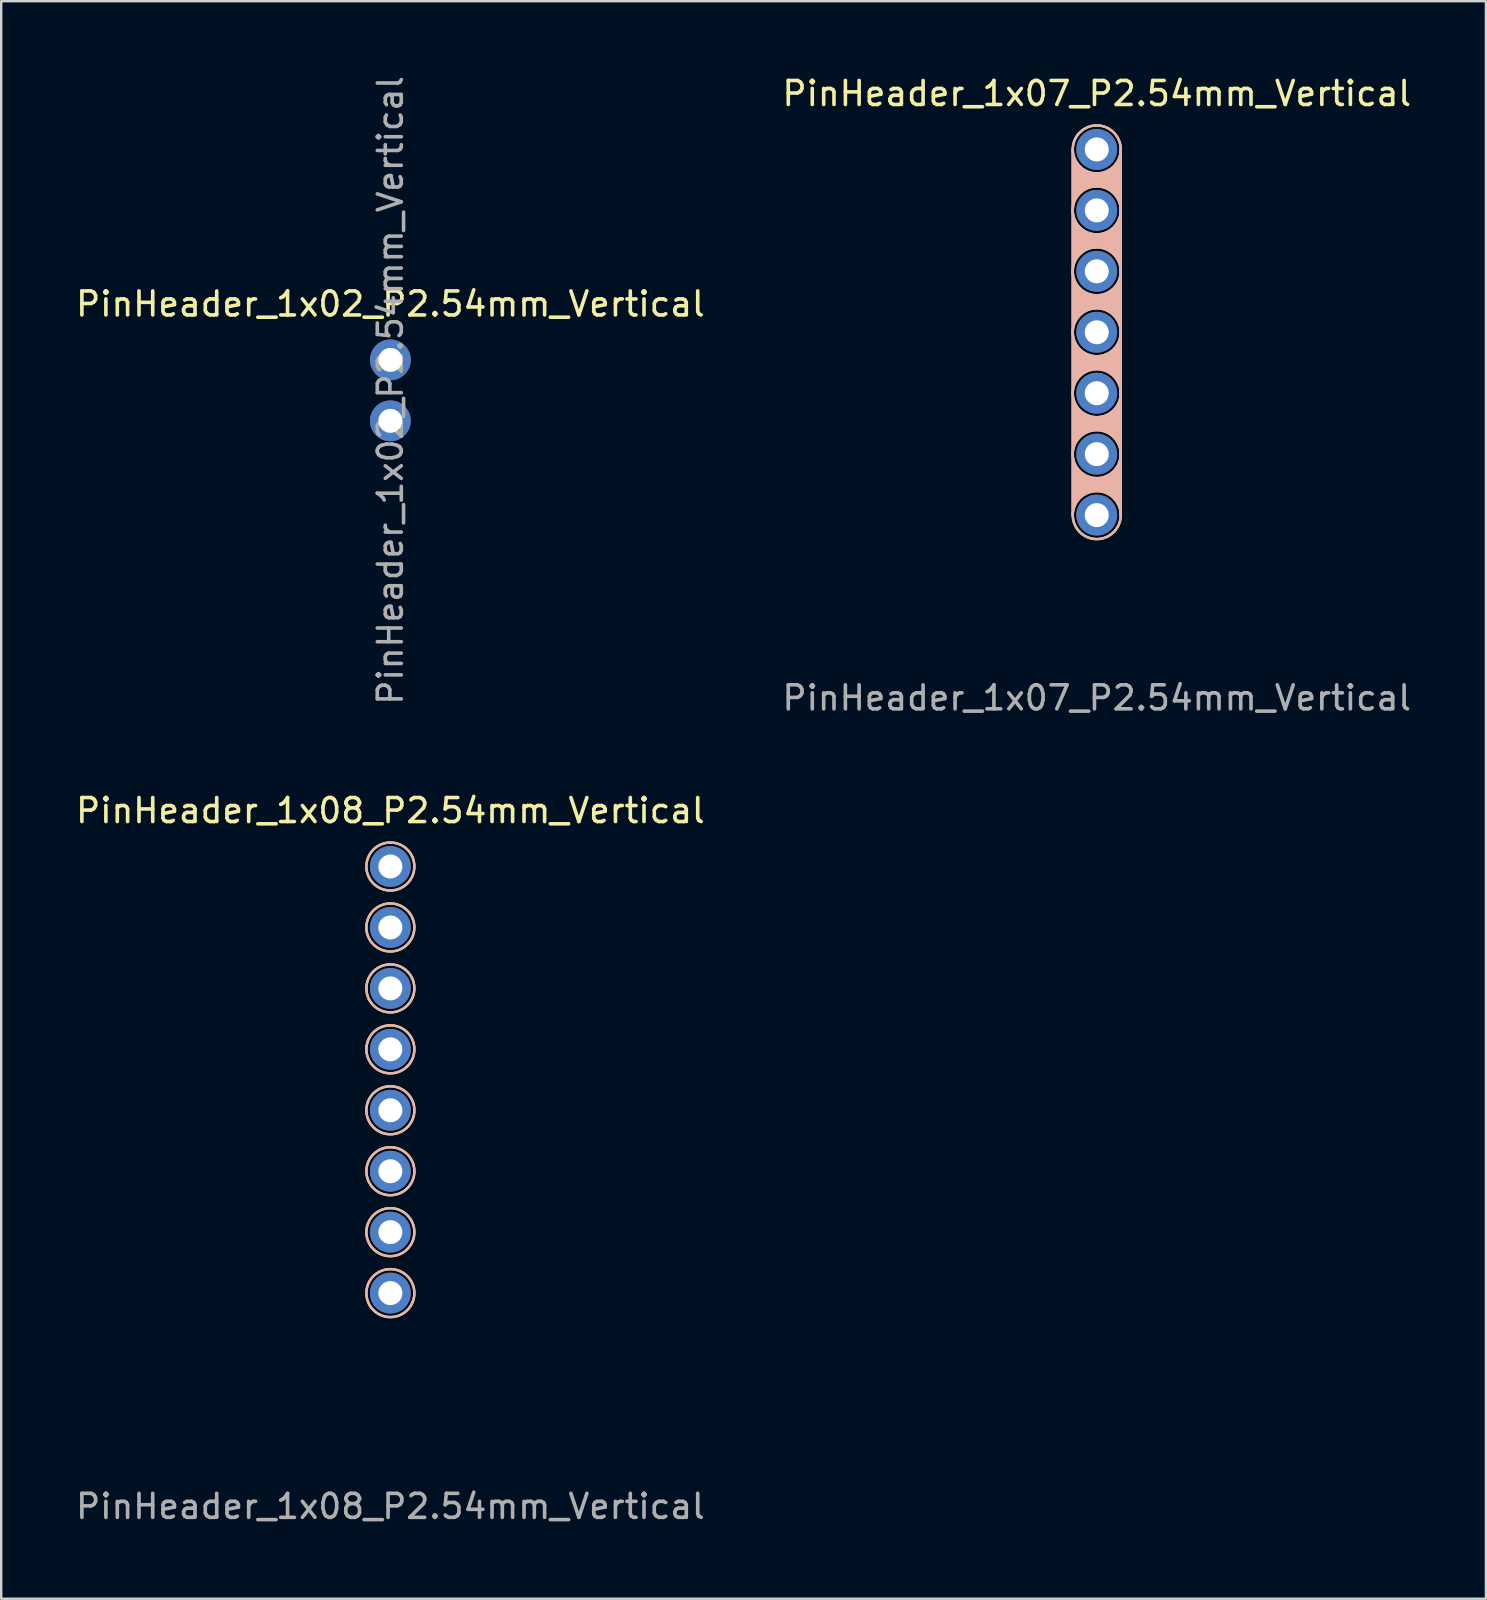
<source format=kicad_pcb>
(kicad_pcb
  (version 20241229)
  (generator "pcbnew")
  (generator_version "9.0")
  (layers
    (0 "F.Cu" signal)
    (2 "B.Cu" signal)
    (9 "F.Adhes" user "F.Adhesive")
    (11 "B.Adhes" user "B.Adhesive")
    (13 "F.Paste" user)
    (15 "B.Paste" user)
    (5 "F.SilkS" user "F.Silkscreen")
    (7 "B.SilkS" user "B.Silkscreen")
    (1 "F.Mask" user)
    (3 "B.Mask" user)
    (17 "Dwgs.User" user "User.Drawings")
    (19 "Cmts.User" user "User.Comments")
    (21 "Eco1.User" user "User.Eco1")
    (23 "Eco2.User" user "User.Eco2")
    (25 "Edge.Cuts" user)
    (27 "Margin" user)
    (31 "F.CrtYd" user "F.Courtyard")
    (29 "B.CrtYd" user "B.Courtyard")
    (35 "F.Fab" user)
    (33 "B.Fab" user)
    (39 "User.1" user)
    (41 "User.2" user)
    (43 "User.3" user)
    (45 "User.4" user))
  (footprint "PinHeader_1x02_P2.54mm_Vertical"
    (layer "F.Cu")
    (at 13.22 11.95)
    (property "Reference" "PinHeader_1x02_P2.54mm_Vertical" (at 0 -2.33 180) (layer "F.SilkS") (effects (font (size 1 1) (thickness 0.15))))
    (attr through_hole)
    (fp_text user "${REFERENCE}" (at 0 1.27 270) (layer "F.Fab") (effects (font (size 1 1) (thickness 0.15))))
    (pad "1" thru_hole circle (at 0 0) (size 1.7 1.7) (drill 1) (layers "*.Cu" "*.Mask"))
    (pad "2" thru_hole oval (at 0 2.54) (size 1.7 1.7) (drill 1) (layers "*.Cu" "*.Mask")))
  (footprint "PinHeader_1x08_P2.54mm_Vertical"
    (layer "F.Cu")
    (at 13.22 33.065)
    (property "Reference" "PinHeader_1x08_P2.54mm_Vertical" (at 0 -2.33 0) (layer "F.SilkS") (effects (font (size 1 1) (thickness 0.15))))
    (attr through_hole)
    (fp_circle (center 0 0) (end 1 0) (stroke (width 0.1) (type default)) (fill no) (layer "F.SilkS"))
    (fp_circle (center 0 2.54) (end 1 2.54) (stroke (width 0.1) (type default)) (fill no) (layer "F.SilkS"))
    (fp_circle (center 0 5.08) (end 1 5.08) (stroke (width 0.1) (type default)) (fill no) (layer "F.SilkS"))
    (fp_circle (center 0 7.62) (end 1 7.62) (stroke (width 0.1) (type default)) (fill no) (layer "F.SilkS"))
    (fp_circle (center 0 10.16) (end 1 10.16) (stroke (width 0.1) (type default)) (fill no) (layer "F.SilkS"))
    (fp_circle (center 0 12.7) (end 1 12.7) (stroke (width 0.1) (type default)) (fill no) (layer "F.SilkS"))
    (fp_circle (center 0 15.24) (end 1 15.24) (stroke (width 0.1) (type default)) (fill no) (layer "F.SilkS"))
    (fp_circle (center 0 17.78) (end 1 17.78) (stroke (width 0.1) (type default)) (fill no) (layer "F.SilkS"))
    (fp_circle (center 0 0) (end -1 0) (stroke (width 0.1) (type default)) (fill no) (layer "B.SilkS"))
    (fp_circle (center 0 2.54) (end -1 2.54) (stroke (width 0.1) (type default)) (fill no) (layer "B.SilkS"))
    (fp_circle (center 0 5.08) (end -1 5.08) (stroke (width 0.1) (type default)) (fill no) (layer "B.SilkS"))
    (fp_circle (center 0 7.62) (end -1 7.62) (stroke (width 0.1) (type default)) (fill no) (layer "B.SilkS"))
    (fp_circle (center 0 10.16) (end -1 10.16) (stroke (width 0.1) (type default)) (fill no) (layer "B.SilkS"))
    (fp_circle (center 0 12.7) (end -1 12.7) (stroke (width 0.1) (type default)) (fill no) (layer "B.SilkS"))
    (fp_circle (center 0 15.24) (end -1 15.24) (stroke (width 0.1) (type default)) (fill no) (layer "B.SilkS"))
    (fp_circle (center 0 17.78) (end -1 17.78) (stroke (width 0.1) (type default)) (fill no) (layer "B.SilkS"))
    (fp_text user "${REFERENCE}" (at 0 26.67 180) (layer "F.Fab") (effects (font (size 1 1) (thickness 0.15))))
    (pad "1" thru_hole circle (at 0 0) (size 1.7 1.7) (drill 1) (layers "*.Cu" "*.Mask"))
    (pad "2" thru_hole oval (at 0 2.54) (size 1.7 1.7) (drill 1) (layers "*.Cu" "*.Mask"))
    (pad "3" thru_hole oval (at 0 5.08) (size 1.7 1.7) (drill 1) (layers "*.Cu" "*.Mask"))
    (pad "4" thru_hole oval (at 0 7.62) (size 1.7 1.7) (drill 1) (layers "*.Cu" "*.Mask"))
    (pad "5" thru_hole oval (at 0 10.16) (size 1.7 1.7) (drill 1) (layers "*.Cu" "*.Mask"))
    (pad "6" thru_hole oval (at 0 12.7) (size 1.7 1.7) (drill 1) (layers "*.Cu" "*.Mask"))
    (pad "7" thru_hole oval (at 0 15.24) (size 1.7 1.7) (drill 1) (layers "*.Cu" "*.Mask"))
    (pad "8" thru_hole oval (at 0 17.78) (size 1.7 1.7) (drill 1) (layers "*.Cu" "*.Mask")))
  (footprint "PinHeader_1x07_P2.54mm_Vertical"
    (layer "F.Cu")
    (at 42.661 3.178)
    (property "Reference" "PinHeader_1x07_P2.54mm_Vertical" (at 0 -2.33 0) (layer "F.SilkS") (effects (font (size 1 1) (thickness 0.15))))
    (attr through_hole)
    (fp_line (start -1 0) (end -1 15.24) (stroke (width 0.1) (type default)) (layer "F.SilkS"))
    (fp_line (start 1 15.24) (end 1 0) (stroke (width 0.1) (type default)) (layer "F.SilkS"))
    (fp_circle (center 0 0) (end 1 0) (stroke (width 0.1) (type default)) (fill no) (layer "F.SilkS"))
    (fp_circle (center 0 2.54) (end 1 2.54) (stroke (width 0.1) (type default)) (fill no) (layer "F.SilkS"))
    (fp_circle (center 0 5.08) (end 1 5.08) (stroke (width 0.1) (type default)) (fill no) (layer "F.SilkS"))
    (fp_circle (center 0 7.62) (end 1 7.62) (stroke (width 0.1) (type default)) (fill no) (layer "F.SilkS"))
    (fp_circle (center 0 10.16) (end 1 10.16) (stroke (width 0.1) (type default)) (fill no) (layer "F.SilkS"))
    (fp_circle (center 0 12.7) (end 1 12.7) (stroke (width 0.1) (type default)) (fill no) (layer "F.SilkS"))
    (fp_circle (center 0 15.24) (end 1 15.24) (stroke (width 0.1) (type default)) (fill no) (layer "F.SilkS"))
    (fp_poly (pts (arc (start 1 2.54) (mid 0 1.54) (end -1 2.54)) (arc (start -1 0) (mid 0 1) (end 1 0))) (stroke (width 0) (type solid)) (fill yes) (layer "F.SilkS"))
    (fp_poly (pts (arc (start 1 5.08) (mid 0 4.08) (end -1 5.08)) (arc (start -1 2.54) (mid 0 3.54) (end 1 2.54))) (stroke (width 0) (type solid)) (fill yes) (layer "F.SilkS"))
    (fp_poly (pts (arc (start 1 7.62) (mid 0 6.62) (end -1 7.62)) (arc (start -1 5.08) (mid 0 6.08) (end 1 5.08))) (stroke (width 0) (type solid)) (fill yes) (layer "F.SilkS"))
    (fp_poly (pts (arc (start 1 10.16) (mid 0 9.16) (end -1 10.16)) (arc (start -1 7.62) (mid 0 8.62) (end 1 7.62))) (stroke (width 0) (type solid)) (fill yes) (layer "F.SilkS"))
    (fp_poly (pts (arc (start 1 12.7) (mid 0 11.7) (end -1 12.7)) (arc (start -1 10.16) (mid 0 11.16) (end 1 10.16))) (stroke (width 0) (type solid)) (fill yes) (layer "F.SilkS"))
    (fp_poly (pts (arc (start 1 15.24) (mid 0 14.24) (end -1 15.24)) (arc (start -1 12.7) (mid 0 13.7) (end 1 12.7))) (stroke (width 0) (type solid)) (fill yes) (layer "F.SilkS"))
    (fp_line (start -1 0) (end -1 15.24) (stroke (width 0.1) (type default)) (layer "B.SilkS"))
    (fp_line (start 1 15.24) (end 1 0) (stroke (width 0.1) (type default)) (layer "B.SilkS"))
    (fp_circle (center 0 0) (end -1 0) (stroke (width 0.1) (type default)) (fill no) (layer "B.SilkS"))
    (fp_circle (center 0 2.54) (end -1 2.54) (stroke (width 0.1) (type default)) (fill no) (layer "B.SilkS"))
    (fp_circle (center 0 5.08) (end -1 5.08) (stroke (width 0.1) (type default)) (fill no) (layer "B.SilkS"))
    (fp_circle (center 0 7.62) (end -1 7.62) (stroke (width 0.1) (type default)) (fill no) (layer "B.SilkS"))
    (fp_circle (center 0 10.16) (end -1 10.16) (stroke (width 0.1) (type default)) (fill no) (layer "B.SilkS"))
    (fp_circle (center 0 12.7) (end -1 12.7) (stroke (width 0.1) (type default)) (fill no) (layer "B.SilkS"))
    (fp_circle (center 0 15.24) (end -1 15.24) (stroke (width 0.1) (type default)) (fill no) (layer "B.SilkS"))
    (fp_poly (pts (arc (start -1 2.54) (mid 0 1.54) (end 1 2.54)) (arc (start 1 0) (mid 0 1) (end -1 0))) (stroke (width 0) (type solid)) (fill yes) (layer "B.SilkS"))
    (fp_poly (pts (arc (start -1 5.08) (mid 0 4.08) (end 1 5.08)) (arc (start 1 2.54) (mid 0 3.54) (end -1 2.54))) (stroke (width 0) (type solid)) (fill yes) (layer "B.SilkS"))
    (fp_poly (pts (arc (start -1 7.62) (mid 0 6.62) (end 1 7.62)) (arc (start 1 5.08) (mid 0 6.08) (end -1 5.08))) (stroke (width 0) (type solid)) (fill yes) (layer "B.SilkS"))
    (fp_poly (pts (arc (start -1 10.16) (mid 0 9.16) (end 1 10.16)) (arc (start 1 7.62) (mid 0 8.62) (end -1 7.62))) (stroke (width 0) (type solid)) (fill yes) (layer "B.SilkS"))
    (fp_poly (pts (arc (start -1 12.7) (mid 0 11.7) (end 1 12.7)) (arc (start 1 10.16) (mid 0 11.16) (end -1 10.16))) (stroke (width 0) (type solid)) (fill yes) (layer "B.SilkS"))
    (fp_poly (pts (arc (start -1 15.24) (mid 0 14.24) (end 1 15.24)) (arc (start 1 12.7) (mid 0 13.7) (end -1 12.7))) (stroke (width 0) (type solid)) (fill yes) (layer "B.SilkS"))
    (fp_text user "${REFERENCE}" (at 0 22.86 180) (layer "F.Fab") (effects (font (size 1 1) (thickness 0.15))))
    (pad "1" thru_hole circle (at 0 0) (size 1.7 1.7) (drill 1) (layers "*.Cu" "*.Mask"))
    (pad "2" thru_hole oval (at 0 2.54) (size 1.7 1.7) (drill 1) (layers "*.Cu" "*.Mask"))
    (pad "3" thru_hole oval (at 0 5.08) (size 1.7 1.7) (drill 1) (layers "*.Cu" "*.Mask"))
    (pad "4" thru_hole oval (at 0 7.62) (size 1.7 1.7) (drill 1) (layers "*.Cu" "*.Mask"))
    (pad "5" thru_hole oval (at 0 10.16) (size 1.7 1.7) (drill 1) (layers "*.Cu" "*.Mask"))
    (pad "6" thru_hole oval (at 0 12.7) (size 1.7 1.7) (drill 1) (layers "*.Cu" "*.Mask"))
    (pad "7" thru_hole oval (at 0 15.24) (size 1.7 1.7) (drill 1) (layers "*.Cu" "*.Mask")))
  (gr_rect
    (start -3 -3)
    (end 58.881 63.583)
    (stroke (width 0.1) (type default))
    (fill no)
    (layer "Edge.Cuts")))
</source>
